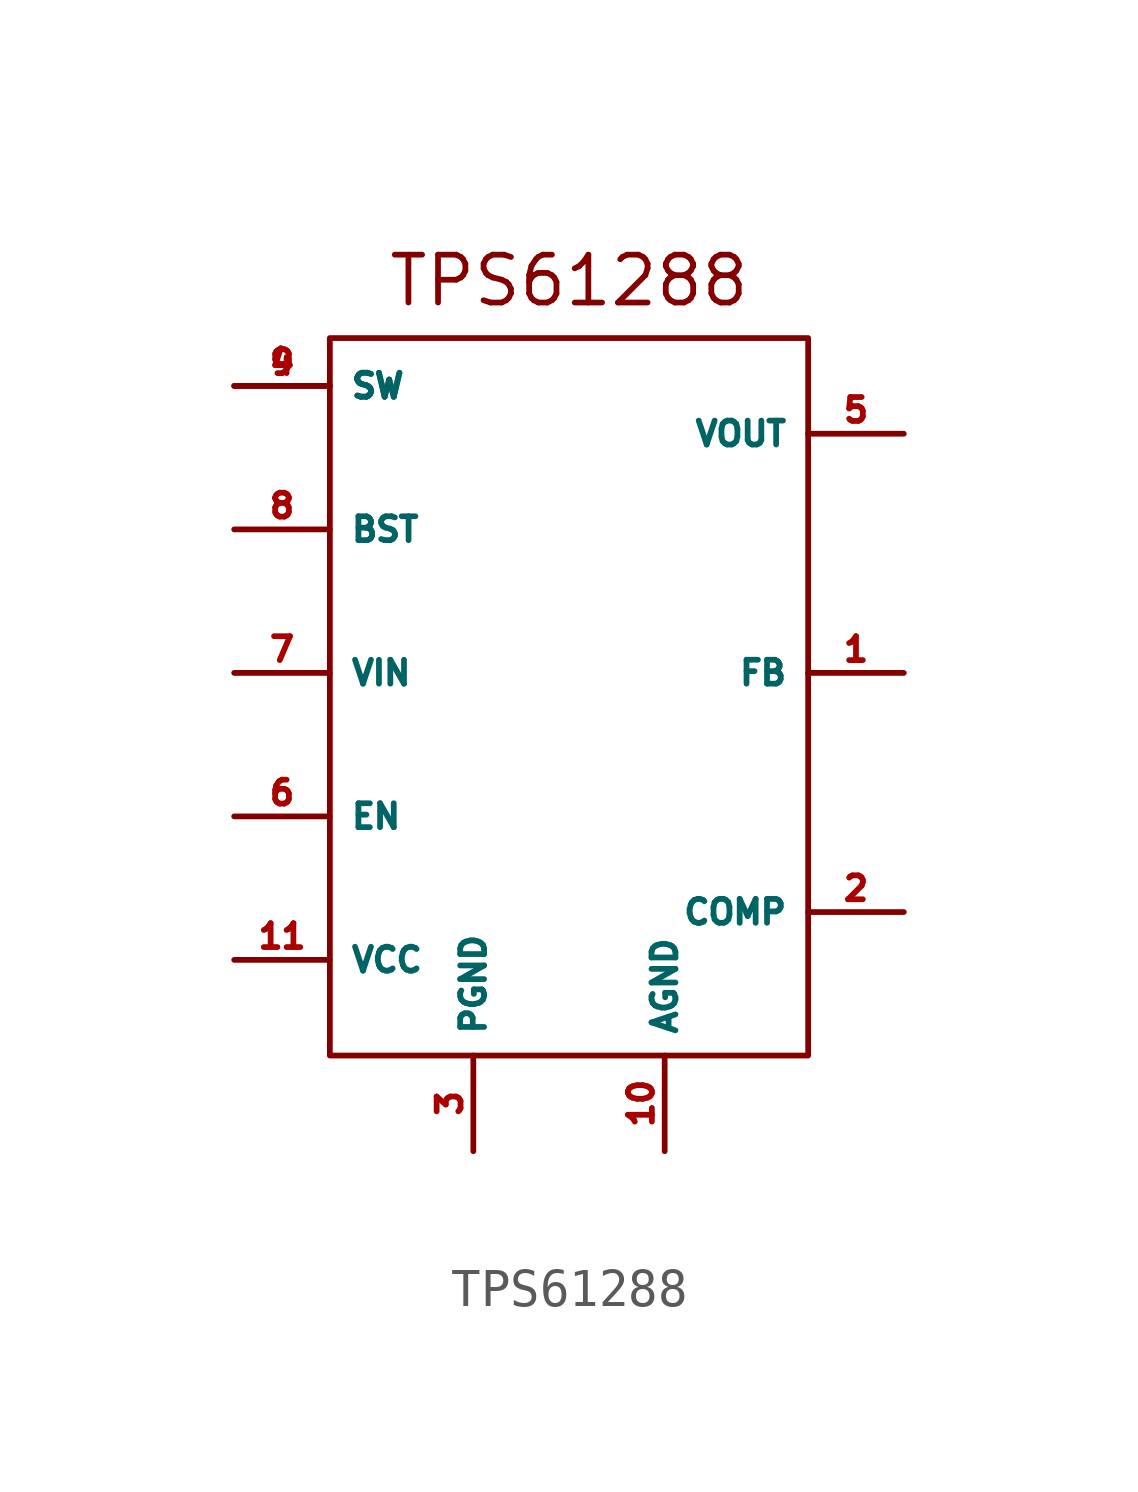
<source format=kicad_sym>
(kicad_symbol_lib
  (version 20241209)
  (generator "kicad_symbol_editor")
  (generator_version "9.0")
  (symbol "TPS61288"
    (property "Reference" "TPS61288"
      (at 6.604 -5.334 0)
      (effects (font (size 1.27 1.27)) (hide yes)))
    (property "Value" ""
      (at 0 0 0)
      (effects (font (size 1.27 1.27))))
    (symbol "TPS61288_0_1"
      (rectangle (start -6.35 8.89) (end 6.35 -10.16) (stroke (width 0) (type default)) (fill (type none))))
    (symbol "TPS61288_1_1"
      (text "TPS61288\n" (at 0 10.414 0) (effects (font (size 1.27 1.27))))
      (pin passive line (at -8.89 7.62 0) (length 2.54) (name "SW" (effects (font (size 0.635 0.635)))) (number "4" (effects (font (size 0.635 0.635)))))
      (pin passive line (at -8.89 7.62 0) (length 2.54) (name "SW" (effects (font (size 0.635 0.635)))) (number "9" (effects (font (size 0.635 0.635)))))
      (pin passive line (at -8.89 3.81 0) (length 2.54) (name "BST" (effects (font (size 0.635 0.635)))) (number "8" (effects (font (size 0.635 0.635)))))
      (pin power_in line (at -8.89 0 0) (length 2.54) (name "VIN" (effects (font (size 0.635 0.635)))) (number "7" (effects (font (size 0.635 0.635)))))
      (pin input line (at -8.89 -3.81 0) (length 2.54) (name "EN" (effects (font (size 0.635 0.635)))) (number "6" (effects (font (size 0.635 0.635)))))
      (pin power_out line (at -8.89 -7.62 0) (length 2.54) (name "VCC" (effects (font (size 0.635 0.635)))) (number "11" (effects (font (size 0.635 0.635)))))
      (pin passive line (at -2.54 -12.7 90) (length 2.54) (name "PGND" (effects (font (size 0.635 0.635)))) (number "3" (effects (font (size 0.635 0.635)))))
      (pin passive line (at 2.54 -12.7 90) (length 2.54) (name "AGND" (effects (font (size 0.635 0.635)))) (number "10" (effects (font (size 0.635 0.635)))))
      (pin power_out line (at 8.89 6.35 180) (length 2.54) (name "VOUT" (effects (font (size 0.635 0.635)))) (number "5" (effects (font (size 0.635 0.635)))))
      (pin input line (at 8.89 0 180) (length 2.54) (name "FB" (effects (font (size 0.635 0.635)))) (number "1" (effects (font (size 0.635 0.635)))))
      (pin passive line (at 8.89 -6.35 180) (length 2.54) (name "COMP" (effects (font (size 0.635 0.635)))) (number "2" (effects (font (size 0.635 0.635))))))))
</source>
